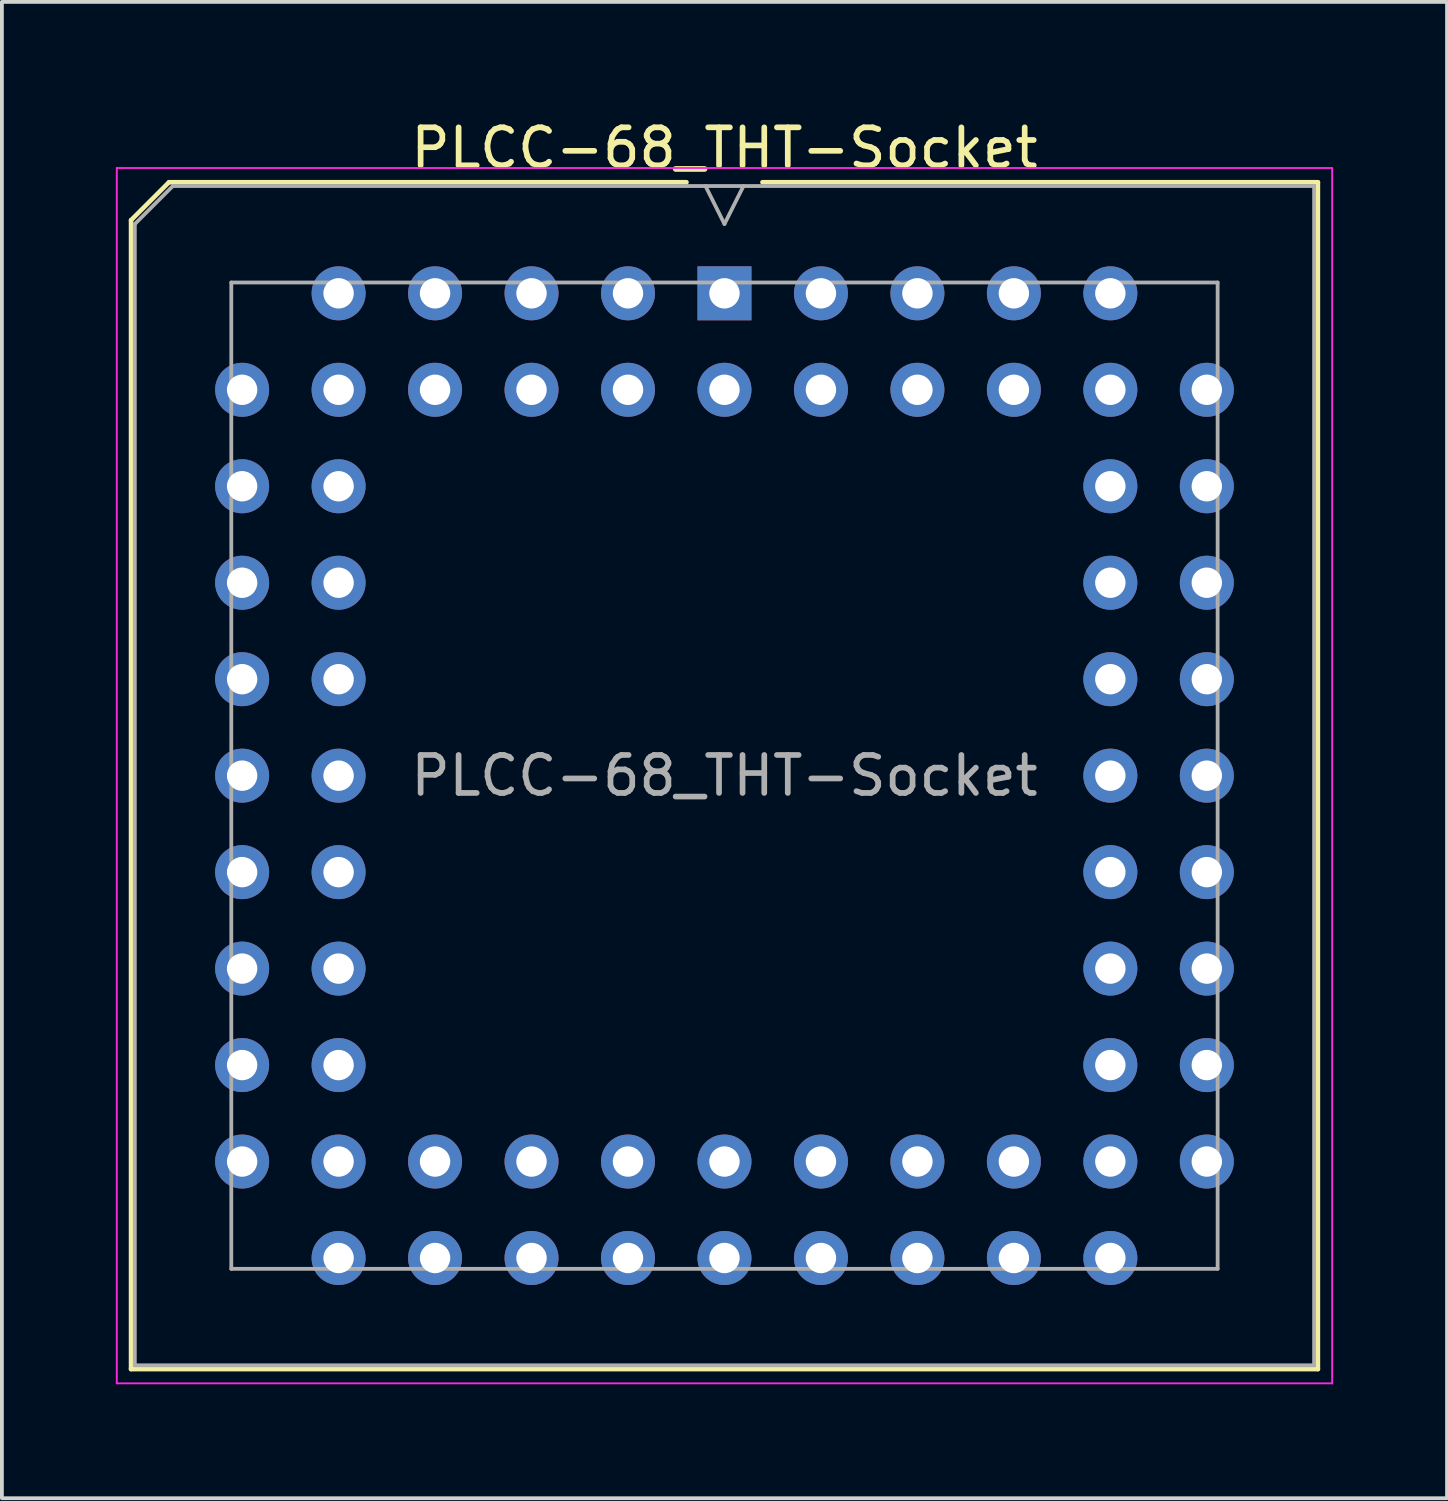
<source format=kicad_pcb>
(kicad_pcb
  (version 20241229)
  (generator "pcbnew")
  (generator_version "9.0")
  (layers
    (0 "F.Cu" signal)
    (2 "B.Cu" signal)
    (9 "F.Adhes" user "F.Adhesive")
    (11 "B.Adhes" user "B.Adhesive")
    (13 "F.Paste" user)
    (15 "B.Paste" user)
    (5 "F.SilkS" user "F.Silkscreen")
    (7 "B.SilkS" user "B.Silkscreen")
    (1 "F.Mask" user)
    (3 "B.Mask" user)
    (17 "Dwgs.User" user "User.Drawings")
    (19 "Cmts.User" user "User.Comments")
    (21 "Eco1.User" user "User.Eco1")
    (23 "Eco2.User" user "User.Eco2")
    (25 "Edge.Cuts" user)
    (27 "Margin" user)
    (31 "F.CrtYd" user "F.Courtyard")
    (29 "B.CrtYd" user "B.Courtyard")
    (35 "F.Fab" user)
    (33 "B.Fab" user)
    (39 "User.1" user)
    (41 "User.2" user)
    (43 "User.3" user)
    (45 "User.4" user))
  (footprint "PLCC-68_THT-Socket"
    (layer "F.Cu")
    (at 16.025 4.673)
    (property "Reference" "PLCC-68_THT-Socket" (at 0 -3.825 0) (layer "F.SilkS") (effects (font (size 1 1) (thickness 0.15))))
    (attr through_hole)
    (fp_line (start -15.625 -1.925) (end -15.625 28.325) (stroke (width 0.12) (type solid)) (layer "F.SilkS"))
    (fp_line (start -15.625 28.325) (end 15.625 28.325) (stroke (width 0.12) (type solid)) (layer "F.SilkS"))
    (fp_line (start -14.625 -2.925) (end -15.625 -1.925) (stroke (width 0.12) (type solid)) (layer "F.SilkS"))
    (fp_line (start -1 -2.925) (end -14.625 -2.925) (stroke (width 0.12) (type solid)) (layer "F.SilkS"))
    (fp_line (start 15.625 -2.925) (end 1 -2.925) (stroke (width 0.12) (type solid)) (layer "F.SilkS"))
    (fp_line (start 15.625 28.325) (end 15.625 -2.925) (stroke (width 0.12) (type solid)) (layer "F.SilkS"))
    (fp_line (start -16 -3.3) (end -16 28.7) (stroke (width 0.05) (type solid)) (layer "F.CrtYd"))
    (fp_line (start -16 28.7) (end 16 28.7) (stroke (width 0.05) (type solid)) (layer "F.CrtYd"))
    (fp_line (start 16 -3.3) (end -16 -3.3) (stroke (width 0.05) (type solid)) (layer "F.CrtYd"))
    (fp_line (start 16 28.7) (end 16 -3.3) (stroke (width 0.05) (type solid)) (layer "F.CrtYd"))
    (fp_line (start -15.525 -1.825) (end -15.525 28.225) (stroke (width 0.1) (type solid)) (layer "F.Fab"))
    (fp_line (start -15.525 28.225) (end 15.525 28.225) (stroke (width 0.1) (type solid)) (layer "F.Fab"))
    (fp_line (start -14.525 -2.825) (end -15.525 -1.825) (stroke (width 0.1) (type solid)) (layer "F.Fab"))
    (fp_line (start -12.985 -0.285) (end -12.985 25.685) (stroke (width 0.1) (type solid)) (layer "F.Fab"))
    (fp_line (start -12.985 25.685) (end 12.985 25.685) (stroke (width 0.1) (type solid)) (layer "F.Fab"))
    (fp_line (start -0.5 -2.825) (end 0 -1.825) (stroke (width 0.1) (type solid)) (layer "F.Fab"))
    (fp_line (start 0 -1.825) (end 0.5 -2.825) (stroke (width 0.1) (type solid)) (layer "F.Fab"))
    (fp_line (start 12.985 -0.285) (end -12.985 -0.285) (stroke (width 0.1) (type solid)) (layer "F.Fab"))
    (fp_line (start 12.985 25.685) (end 12.985 -0.285) (stroke (width 0.1) (type solid)) (layer "F.Fab"))
    (fp_line (start 15.525 -2.825) (end -14.525 -2.825) (stroke (width 0.1) (type solid)) (layer "F.Fab"))
    (fp_line (start 15.525 28.225) (end 15.525 -2.825) (stroke (width 0.1) (type solid)) (layer "F.Fab"))
    (fp_text user "${REFERENCE}" (at 0 12.7 0) (layer "F.Fab") (effects (font (size 1 1) (thickness 0.15))))
    (pad "1" thru_hole rect (at 0 0) (size 1.422 1.422) (drill 0.8) (layers "*.Cu" "*.Mask"))
    (pad "2" thru_hole circle (at 0 2.54) (size 1.422 1.422) (drill 0.8) (layers "*.Cu" "*.Mask"))
    (pad "3" thru_hole circle (at -2.54 0) (size 1.422 1.422) (drill 0.8) (layers "*.Cu" "*.Mask"))
    (pad "4" thru_hole circle (at -2.54 2.54) (size 1.422 1.422) (drill 0.8) (layers "*.Cu" "*.Mask"))
    (pad "5" thru_hole circle (at -5.08 0) (size 1.422 1.422) (drill 0.8) (layers "*.Cu" "*.Mask"))
    (pad "6" thru_hole circle (at -5.08 2.54) (size 1.422 1.422) (drill 0.8) (layers "*.Cu" "*.Mask"))
    (pad "7" thru_hole circle (at -7.62 0) (size 1.422 1.422) (drill 0.8) (layers "*.Cu" "*.Mask"))
    (pad "8" thru_hole circle (at -7.62 2.54) (size 1.422 1.422) (drill 0.8) (layers "*.Cu" "*.Mask"))
    (pad "9" thru_hole circle (at -10.16 0) (size 1.422 1.422) (drill 0.8) (layers "*.Cu" "*.Mask"))
    (pad "10" thru_hole circle (at -12.7 2.54) (size 1.422 1.422) (drill 0.8) (layers "*.Cu" "*.Mask"))
    (pad "11" thru_hole circle (at -10.16 2.54) (size 1.422 1.422) (drill 0.8) (layers "*.Cu" "*.Mask"))
    (pad "12" thru_hole circle (at -12.7 5.08) (size 1.422 1.422) (drill 0.8) (layers "*.Cu" "*.Mask"))
    (pad "13" thru_hole circle (at -10.16 5.08) (size 1.422 1.422) (drill 0.8) (layers "*.Cu" "*.Mask"))
    (pad "14" thru_hole circle (at -12.7 7.62) (size 1.422 1.422) (drill 0.8) (layers "*.Cu" "*.Mask"))
    (pad "15" thru_hole circle (at -10.16 7.62) (size 1.422 1.422) (drill 0.8) (layers "*.Cu" "*.Mask"))
    (pad "16" thru_hole circle (at -12.7 10.16) (size 1.422 1.422) (drill 0.8) (layers "*.Cu" "*.Mask"))
    (pad "17" thru_hole circle (at -10.16 10.16) (size 1.422 1.422) (drill 0.8) (layers "*.Cu" "*.Mask"))
    (pad "18" thru_hole circle (at -12.7 12.7) (size 1.422 1.422) (drill 0.8) (layers "*.Cu" "*.Mask"))
    (pad "19" thru_hole circle (at -10.16 12.7) (size 1.422 1.422) (drill 0.8) (layers "*.Cu" "*.Mask"))
    (pad "20" thru_hole circle (at -12.7 15.24) (size 1.422 1.422) (drill 0.8) (layers "*.Cu" "*.Mask"))
    (pad "21" thru_hole circle (at -10.16 15.24) (size 1.422 1.422) (drill 0.8) (layers "*.Cu" "*.Mask"))
    (pad "22" thru_hole circle (at -12.7 17.78) (size 1.422 1.422) (drill 0.8) (layers "*.Cu" "*.Mask"))
    (pad "23" thru_hole circle (at -10.16 17.78) (size 1.422 1.422) (drill 0.8) (layers "*.Cu" "*.Mask"))
    (pad "24" thru_hole circle (at -12.7 20.32) (size 1.422 1.422) (drill 0.8) (layers "*.Cu" "*.Mask"))
    (pad "25" thru_hole circle (at -10.16 20.32) (size 1.422 1.422) (drill 0.8) (layers "*.Cu" "*.Mask"))
    (pad "26" thru_hole circle (at -12.7 22.86) (size 1.422 1.422) (drill 0.8) (layers "*.Cu" "*.Mask"))
    (pad "27" thru_hole circle (at -10.16 25.4) (size 1.422 1.422) (drill 0.8) (layers "*.Cu" "*.Mask"))
    (pad "28" thru_hole circle (at -10.16 22.86) (size 1.422 1.422) (drill 0.8) (layers "*.Cu" "*.Mask"))
    (pad "29" thru_hole circle (at -7.62 25.4) (size 1.422 1.422) (drill 0.8) (layers "*.Cu" "*.Mask"))
    (pad "30" thru_hole circle (at -7.62 22.86) (size 1.422 1.422) (drill 0.8) (layers "*.Cu" "*.Mask"))
    (pad "31" thru_hole circle (at -5.08 25.4) (size 1.422 1.422) (drill 0.8) (layers "*.Cu" "*.Mask"))
    (pad "32" thru_hole circle (at -5.08 22.86) (size 1.422 1.422) (drill 0.8) (layers "*.Cu" "*.Mask"))
    (pad "33" thru_hole circle (at -2.54 25.4) (size 1.422 1.422) (drill 0.8) (layers "*.Cu" "*.Mask"))
    (pad "34" thru_hole circle (at -2.54 22.86) (size 1.422 1.422) (drill 0.8) (layers "*.Cu" "*.Mask"))
    (pad "35" thru_hole circle (at 0 25.4) (size 1.422 1.422) (drill 0.8) (layers "*.Cu" "*.Mask"))
    (pad "36" thru_hole circle (at 0 22.86) (size 1.422 1.422) (drill 0.8) (layers "*.Cu" "*.Mask"))
    (pad "37" thru_hole circle (at 2.54 25.4) (size 1.422 1.422) (drill 0.8) (layers "*.Cu" "*.Mask"))
    (pad "38" thru_hole circle (at 2.54 22.86) (size 1.422 1.422) (drill 0.8) (layers "*.Cu" "*.Mask"))
    (pad "39" thru_hole circle (at 5.08 25.4) (size 1.422 1.422) (drill 0.8) (layers "*.Cu" "*.Mask"))
    (pad "40" thru_hole circle (at 5.08 22.86) (size 1.422 1.422) (drill 0.8) (layers "*.Cu" "*.Mask"))
    (pad "41" thru_hole circle (at 7.62 25.4) (size 1.422 1.422) (drill 0.8) (layers "*.Cu" "*.Mask"))
    (pad "42" thru_hole circle (at 7.62 22.86) (size 1.422 1.422) (drill 0.8) (layers "*.Cu" "*.Mask"))
    (pad "43" thru_hole circle (at 10.16 25.4) (size 1.422 1.422) (drill 0.8) (layers "*.Cu" "*.Mask"))
    (pad "44" thru_hole circle (at 12.7 22.86) (size 1.422 1.422) (drill 0.8) (layers "*.Cu" "*.Mask"))
    (pad "45" thru_hole circle (at 10.16 22.86) (size 1.422 1.422) (drill 0.8) (layers "*.Cu" "*.Mask"))
    (pad "46" thru_hole circle (at 12.7 20.32) (size 1.422 1.422) (drill 0.8) (layers "*.Cu" "*.Mask"))
    (pad "47" thru_hole circle (at 10.16 20.32) (size 1.422 1.422) (drill 0.8) (layers "*.Cu" "*.Mask"))
    (pad "48" thru_hole circle (at 12.7 17.78) (size 1.422 1.422) (drill 0.8) (layers "*.Cu" "*.Mask"))
    (pad "49" thru_hole circle (at 10.16 17.78) (size 1.422 1.422) (drill 0.8) (layers "*.Cu" "*.Mask"))
    (pad "50" thru_hole circle (at 12.7 15.24) (size 1.422 1.422) (drill 0.8) (layers "*.Cu" "*.Mask"))
    (pad "51" thru_hole circle (at 10.16 15.24) (size 1.422 1.422) (drill 0.8) (layers "*.Cu" "*.Mask"))
    (pad "52" thru_hole circle (at 12.7 12.7) (size 1.422 1.422) (drill 0.8) (layers "*.Cu" "*.Mask"))
    (pad "53" thru_hole circle (at 10.16 12.7) (size 1.422 1.422) (drill 0.8) (layers "*.Cu" "*.Mask"))
    (pad "54" thru_hole circle (at 12.7 10.16) (size 1.422 1.422) (drill 0.8) (layers "*.Cu" "*.Mask"))
    (pad "55" thru_hole circle (at 10.16 10.16) (size 1.422 1.422) (drill 0.8) (layers "*.Cu" "*.Mask"))
    (pad "56" thru_hole circle (at 12.7 7.62) (size 1.422 1.422) (drill 0.8) (layers "*.Cu" "*.Mask"))
    (pad "57" thru_hole circle (at 10.16 7.62) (size 1.422 1.422) (drill 0.8) (layers "*.Cu" "*.Mask"))
    (pad "58" thru_hole circle (at 12.7 5.08) (size 1.422 1.422) (drill 0.8) (layers "*.Cu" "*.Mask"))
    (pad "59" thru_hole circle (at 10.16 5.08) (size 1.422 1.422) (drill 0.8) (layers "*.Cu" "*.Mask"))
    (pad "60" thru_hole circle (at 12.7 2.54) (size 1.422 1.422) (drill 0.8) (layers "*.Cu" "*.Mask"))
    (pad "61" thru_hole circle (at 10.16 0) (size 1.422 1.422) (drill 0.8) (layers "*.Cu" "*.Mask"))
    (pad "62" thru_hole circle (at 10.16 2.54) (size 1.422 1.422) (drill 0.8) (layers "*.Cu" "*.Mask"))
    (pad "63" thru_hole circle (at 7.62 0) (size 1.422 1.422) (drill 0.8) (layers "*.Cu" "*.Mask"))
    (pad "64" thru_hole circle (at 7.62 2.54) (size 1.422 1.422) (drill 0.8) (layers "*.Cu" "*.Mask"))
    (pad "65" thru_hole circle (at 5.08 0) (size 1.422 1.422) (drill 0.8) (layers "*.Cu" "*.Mask"))
    (pad "66" thru_hole circle (at 5.08 2.54) (size 1.422 1.422) (drill 0.8) (layers "*.Cu" "*.Mask"))
    (pad "67" thru_hole circle (at 2.54 0) (size 1.422 1.422) (drill 0.8) (layers "*.Cu" "*.Mask"))
    (pad "68" thru_hole circle (at 2.54 2.54) (size 1.422 1.422) (drill 0.8) (layers "*.Cu" "*.Mask")))
  (gr_rect
    (start -3 -3)
    (end 35.05 36.398)
    (stroke (width 0.1) (type default))
    (fill no)
    (layer "Edge.Cuts")))
</source>
